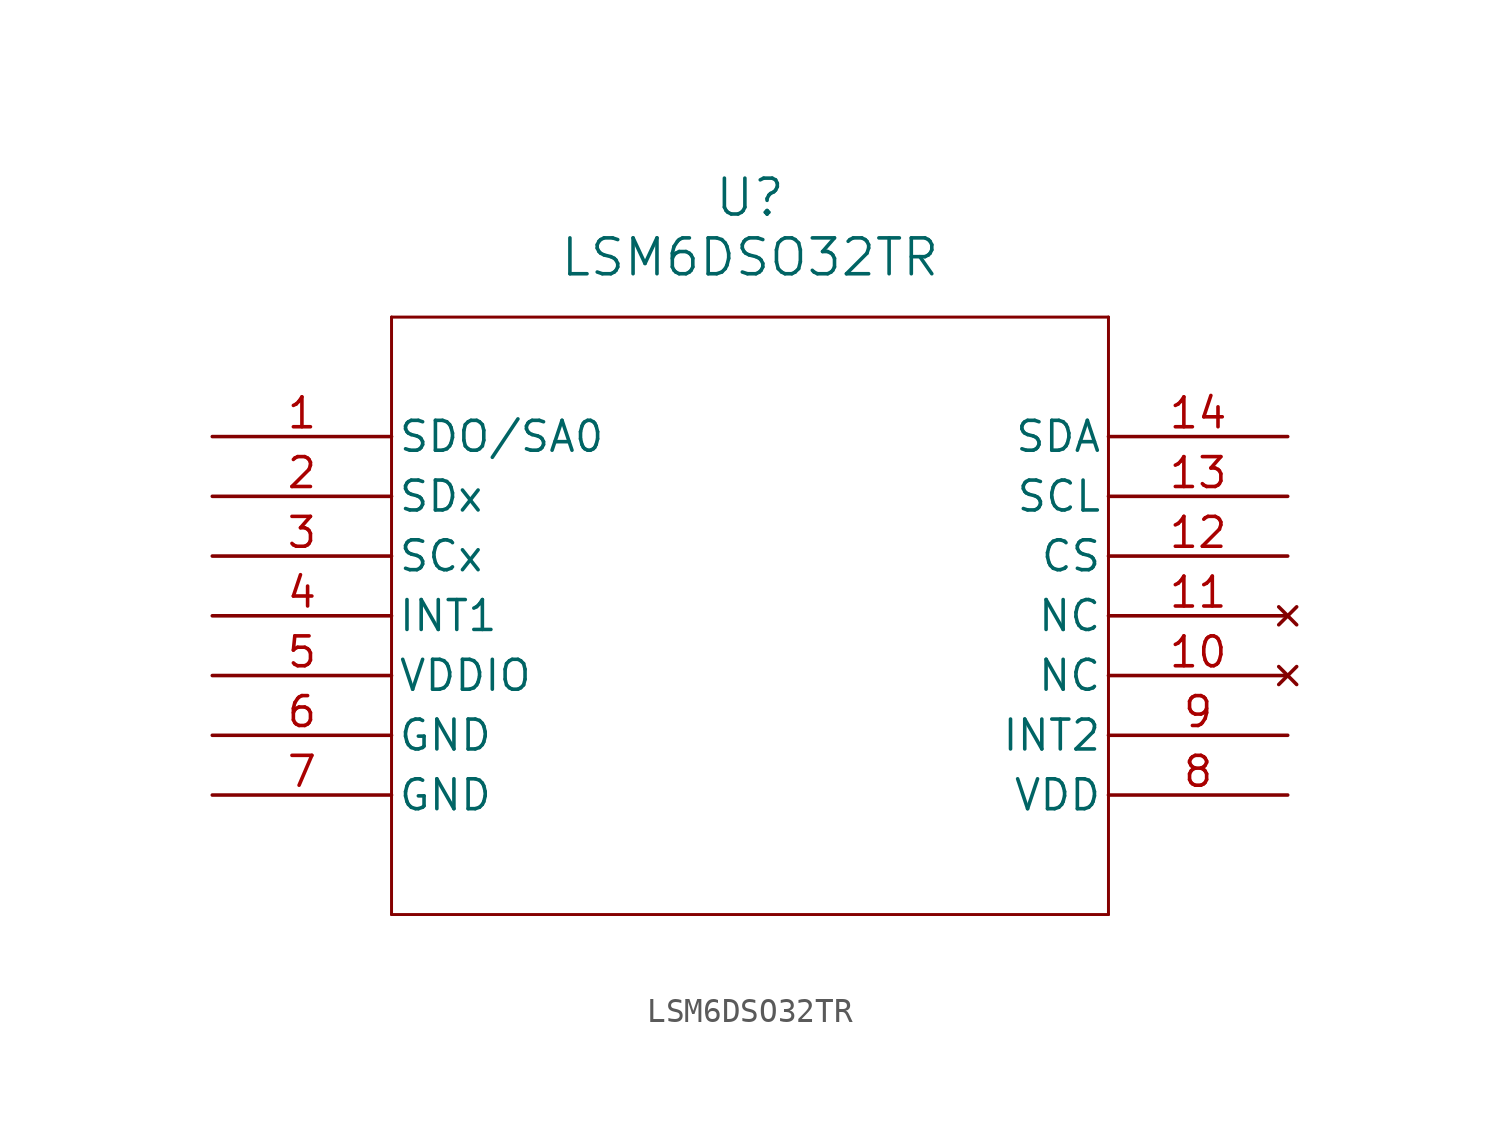
<source format=kicad_sym>
(kicad_symbol_lib
  (version 20211014)
  (generator kicad_symbol_editor)
  (symbol "LSM6DSO32TR"
    (pin_names
      (offset 0.254))
    (property "Reference" "U"
      (at 22.86 10.16 0)
      (effects (font (size 1.524 1.524))))
    (property "Value" "LSM6DSO32TR"
      (at 22.86 7.62 0)
      (effects (font (size 1.524 1.524))))
    (symbol "LSM6DSO32TR_0_1"
      (polyline (pts (xy 7.62 5.08) (xy 7.62 -20.32)) (stroke (width 0.127) (type default) (color 0 0 0 0)) (fill (type none)))
      (polyline (pts (xy 7.62 -20.32) (xy 38.1 -20.32)) (stroke (width 0.127) (type default) (color 0 0 0 0)) (fill (type none)))
      (polyline (pts (xy 38.1 -20.32) (xy 38.1 5.08)) (stroke (width 0.127) (type default) (color 0 0 0 0)) (fill (type none)))
      (polyline (pts (xy 38.1 5.08) (xy 7.62 5.08)) (stroke (width 0.127) (type default) (color 0 0 0 0)) (fill (type none)))
      (pin bidirectional line (at 0 0 0) (length 7.62) (name "SDO/SA0" (effects (font (size 1.27 1.27)))) (number "1" (effects (font (size 1.27 1.27)))))
      (pin unspecified line (at 0 -2.54 0) (length 7.62) (name "SDx" (effects (font (size 1.27 1.27)))) (number "2" (effects (font (size 1.27 1.27)))))
      (pin unspecified line (at 0 -5.08 0) (length 7.62) (name "SCx" (effects (font (size 1.27 1.27)))) (number "3" (effects (font (size 1.27 1.27)))))
      (pin output line (at 0 -7.62 0) (length 7.62) (name "INT1" (effects (font (size 1.27 1.27)))) (number "4" (effects (font (size 1.27 1.27)))))
      (pin power_in line (at 0 -10.16 0) (length 7.62) (name "VDDIO" (effects (font (size 1.27 1.27)))) (number "5" (effects (font (size 1.27 1.27)))))
      (pin power_out line (at 0 -12.7 0) (length 7.62) (name "GND" (effects (font (size 1.27 1.27)))) (number "6" (effects (font (size 1.27 1.27)))))
      (pin power_out line (at 0 -15.24 0) (length 7.62) (name "GND" (effects (font (size 1.27 1.27)))) (number "7" (effects (font (size 1.27 1.27)))))
      (pin power_in line (at 45.72 -15.24 180) (length 7.62) (name "VDD" (effects (font (size 1.27 1.27)))) (number "8" (effects (font (size 1.27 1.27)))))
      (pin output line (at 45.72 -12.7 180) (length 7.62) (name "INT2" (effects (font (size 1.27 1.27)))) (number "9" (effects (font (size 1.27 1.27)))))
      (pin no_connect line (at 45.72 -10.16 180) (length 7.62) (name "NC" (effects (font (size 1.27 1.27)))) (number "10" (effects (font (size 1.27 1.27)))))
      (pin no_connect line (at 45.72 -7.62 180) (length 7.62) (name "NC" (effects (font (size 1.27 1.27)))) (number "11" (effects (font (size 1.27 1.27)))))
      (pin input line (at 45.72 -5.08 180) (length 7.62) (name "CS" (effects (font (size 1.27 1.27)))) (number "12" (effects (font (size 1.27 1.27)))))
      (pin input line (at 45.72 -2.54 180) (length 7.62) (name "SCL" (effects (font (size 1.27 1.27)))) (number "13" (effects (font (size 1.27 1.27)))))
      (pin bidirectional line (at 45.72 0 180) (length 7.62) (name "SDA" (effects (font (size 1.27 1.27)))) (number "14" (effects (font (size 1.27 1.27))))))))
</source>
